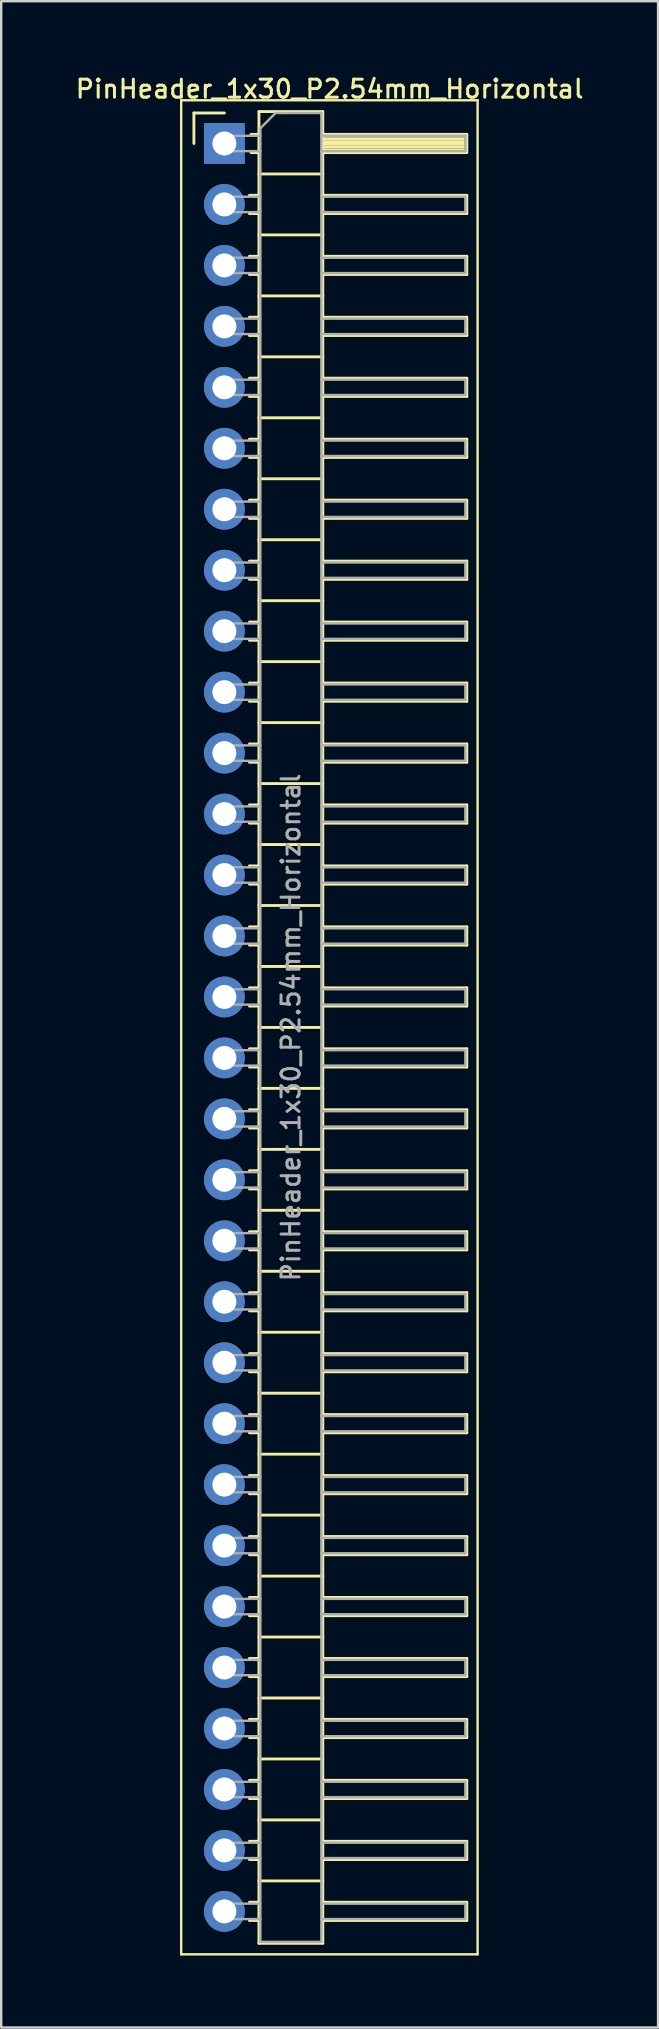
<source format=kicad_pcb>
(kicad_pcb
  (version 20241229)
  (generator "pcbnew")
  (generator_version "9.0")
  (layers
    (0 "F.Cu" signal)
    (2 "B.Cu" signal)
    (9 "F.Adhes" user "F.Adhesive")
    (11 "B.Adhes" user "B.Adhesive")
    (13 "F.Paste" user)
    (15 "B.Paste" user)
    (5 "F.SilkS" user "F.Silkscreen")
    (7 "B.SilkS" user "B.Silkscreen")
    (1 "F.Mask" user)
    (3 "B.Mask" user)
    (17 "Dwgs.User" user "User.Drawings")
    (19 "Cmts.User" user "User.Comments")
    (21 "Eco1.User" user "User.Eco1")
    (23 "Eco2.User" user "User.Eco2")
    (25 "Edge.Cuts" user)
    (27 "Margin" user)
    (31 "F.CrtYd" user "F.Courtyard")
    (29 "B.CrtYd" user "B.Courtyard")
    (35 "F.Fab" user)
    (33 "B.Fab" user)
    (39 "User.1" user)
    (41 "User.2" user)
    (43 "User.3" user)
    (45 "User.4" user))
  (footprint "PinHeader_1x30_P2.54mm_Horizontal"
    (layer "F.Cu")
    (at 6.299 2.928)
    (property "Reference" "PinHeader_1x30_P2.54mm_Horizontal" (at 4.385 -2.27 0) (layer "F.SilkS") (effects (font (size 0.75 0.75) (thickness 0.125))))
    (attr through_hole)
    (fp_line (start -1.8 -1.8) (end -1.8 75.45) (stroke (width 0.1) (type solid)) (layer "F.SilkS"))
    (fp_line (start -1.8 75.45) (end 10.55 75.45) (stroke (width 0.1) (type solid)) (layer "F.SilkS"))
    (fp_line (start -1.27 -1.27) (end 0 -1.27) (stroke (width 0.12) (type solid)) (layer "F.SilkS"))
    (fp_line (start -1.27 0) (end -1.27 -1.27) (stroke (width 0.12) (type solid)) (layer "F.SilkS"))
    (fp_line (start 1.043 2.16) (end 1.44 2.16) (stroke (width 0.12) (type solid)) (layer "F.SilkS"))
    (fp_line (start 1.043 2.92) (end 1.44 2.92) (stroke (width 0.12) (type solid)) (layer "F.SilkS"))
    (fp_line (start 1.043 4.7) (end 1.44 4.7) (stroke (width 0.12) (type solid)) (layer "F.SilkS"))
    (fp_line (start 1.043 5.46) (end 1.44 5.46) (stroke (width 0.12) (type solid)) (layer "F.SilkS"))
    (fp_line (start 1.043 7.24) (end 1.44 7.24) (stroke (width 0.12) (type solid)) (layer "F.SilkS"))
    (fp_line (start 1.043 8) (end 1.44 8) (stroke (width 0.12) (type solid)) (layer "F.SilkS"))
    (fp_line (start 1.043 9.78) (end 1.44 9.78) (stroke (width 0.12) (type solid)) (layer "F.SilkS"))
    (fp_line (start 1.043 10.54) (end 1.44 10.54) (stroke (width 0.12) (type solid)) (layer "F.SilkS"))
    (fp_line (start 1.043 12.32) (end 1.44 12.32) (stroke (width 0.12) (type solid)) (layer "F.SilkS"))
    (fp_line (start 1.043 13.08) (end 1.44 13.08) (stroke (width 0.12) (type solid)) (layer "F.SilkS"))
    (fp_line (start 1.043 14.86) (end 1.44 14.86) (stroke (width 0.12) (type solid)) (layer "F.SilkS"))
    (fp_line (start 1.043 15.62) (end 1.44 15.62) (stroke (width 0.12) (type solid)) (layer "F.SilkS"))
    (fp_line (start 1.043 17.4) (end 1.44 17.4) (stroke (width 0.12) (type solid)) (layer "F.SilkS"))
    (fp_line (start 1.043 18.16) (end 1.44 18.16) (stroke (width 0.12) (type solid)) (layer "F.SilkS"))
    (fp_line (start 1.043 19.94) (end 1.44 19.94) (stroke (width 0.12) (type solid)) (layer "F.SilkS"))
    (fp_line (start 1.043 20.7) (end 1.44 20.7) (stroke (width 0.12) (type solid)) (layer "F.SilkS"))
    (fp_line (start 1.043 22.48) (end 1.44 22.48) (stroke (width 0.12) (type solid)) (layer "F.SilkS"))
    (fp_line (start 1.043 23.24) (end 1.44 23.24) (stroke (width 0.12) (type solid)) (layer "F.SilkS"))
    (fp_line (start 1.043 25.02) (end 1.44 25.02) (stroke (width 0.12) (type solid)) (layer "F.SilkS"))
    (fp_line (start 1.043 25.78) (end 1.44 25.78) (stroke (width 0.12) (type solid)) (layer "F.SilkS"))
    (fp_line (start 1.043 27.56) (end 1.44 27.56) (stroke (width 0.12) (type solid)) (layer "F.SilkS"))
    (fp_line (start 1.043 28.32) (end 1.44 28.32) (stroke (width 0.12) (type solid)) (layer "F.SilkS"))
    (fp_line (start 1.043 30.1) (end 1.44 30.1) (stroke (width 0.12) (type solid)) (layer "F.SilkS"))
    (fp_line (start 1.043 30.86) (end 1.44 30.86) (stroke (width 0.12) (type solid)) (layer "F.SilkS"))
    (fp_line (start 1.043 32.64) (end 1.44 32.64) (stroke (width 0.12) (type solid)) (layer "F.SilkS"))
    (fp_line (start 1.043 33.4) (end 1.44 33.4) (stroke (width 0.12) (type solid)) (layer "F.SilkS"))
    (fp_line (start 1.043 35.18) (end 1.44 35.18) (stroke (width 0.12) (type solid)) (layer "F.SilkS"))
    (fp_line (start 1.043 35.94) (end 1.44 35.94) (stroke (width 0.12) (type solid)) (layer "F.SilkS"))
    (fp_line (start 1.043 37.72) (end 1.44 37.72) (stroke (width 0.12) (type solid)) (layer "F.SilkS"))
    (fp_line (start 1.043 38.48) (end 1.44 38.48) (stroke (width 0.12) (type solid)) (layer "F.SilkS"))
    (fp_line (start 1.043 40.26) (end 1.44 40.26) (stroke (width 0.12) (type solid)) (layer "F.SilkS"))
    (fp_line (start 1.043 41.02) (end 1.44 41.02) (stroke (width 0.12) (type solid)) (layer "F.SilkS"))
    (fp_line (start 1.043 42.8) (end 1.44 42.8) (stroke (width 0.12) (type solid)) (layer "F.SilkS"))
    (fp_line (start 1.043 43.56) (end 1.44 43.56) (stroke (width 0.12) (type solid)) (layer "F.SilkS"))
    (fp_line (start 1.043 45.34) (end 1.44 45.34) (stroke (width 0.12) (type solid)) (layer "F.SilkS"))
    (fp_line (start 1.043 46.1) (end 1.44 46.1) (stroke (width 0.12) (type solid)) (layer "F.SilkS"))
    (fp_line (start 1.043 47.88) (end 1.44 47.88) (stroke (width 0.12) (type solid)) (layer "F.SilkS"))
    (fp_line (start 1.043 48.64) (end 1.44 48.64) (stroke (width 0.12) (type solid)) (layer "F.SilkS"))
    (fp_line (start 1.043 50.42) (end 1.44 50.42) (stroke (width 0.12) (type solid)) (layer "F.SilkS"))
    (fp_line (start 1.043 51.18) (end 1.44 51.18) (stroke (width 0.12) (type solid)) (layer "F.SilkS"))
    (fp_line (start 1.043 52.96) (end 1.44 52.96) (stroke (width 0.12) (type solid)) (layer "F.SilkS"))
    (fp_line (start 1.043 53.72) (end 1.44 53.72) (stroke (width 0.12) (type solid)) (layer "F.SilkS"))
    (fp_line (start 1.043 55.5) (end 1.44 55.5) (stroke (width 0.12) (type solid)) (layer "F.SilkS"))
    (fp_line (start 1.043 56.26) (end 1.44 56.26) (stroke (width 0.12) (type solid)) (layer "F.SilkS"))
    (fp_line (start 1.043 58.04) (end 1.44 58.04) (stroke (width 0.12) (type solid)) (layer "F.SilkS"))
    (fp_line (start 1.043 58.8) (end 1.44 58.8) (stroke (width 0.12) (type solid)) (layer "F.SilkS"))
    (fp_line (start 1.043 60.58) (end 1.44 60.58) (stroke (width 0.12) (type solid)) (layer "F.SilkS"))
    (fp_line (start 1.043 61.34) (end 1.44 61.34) (stroke (width 0.12) (type solid)) (layer "F.SilkS"))
    (fp_line (start 1.043 63.12) (end 1.44 63.12) (stroke (width 0.12) (type solid)) (layer "F.SilkS"))
    (fp_line (start 1.043 63.88) (end 1.44 63.88) (stroke (width 0.12) (type solid)) (layer "F.SilkS"))
    (fp_line (start 1.043 65.66) (end 1.44 65.66) (stroke (width 0.12) (type solid)) (layer "F.SilkS"))
    (fp_line (start 1.043 66.42) (end 1.44 66.42) (stroke (width 0.12) (type solid)) (layer "F.SilkS"))
    (fp_line (start 1.043 68.2) (end 1.44 68.2) (stroke (width 0.12) (type solid)) (layer "F.SilkS"))
    (fp_line (start 1.043 68.96) (end 1.44 68.96) (stroke (width 0.12) (type solid)) (layer "F.SilkS"))
    (fp_line (start 1.043 70.74) (end 1.44 70.74) (stroke (width 0.12) (type solid)) (layer "F.SilkS"))
    (fp_line (start 1.043 71.5) (end 1.44 71.5) (stroke (width 0.12) (type solid)) (layer "F.SilkS"))
    (fp_line (start 1.043 73.28) (end 1.44 73.28) (stroke (width 0.12) (type solid)) (layer "F.SilkS"))
    (fp_line (start 1.043 74.04) (end 1.44 74.04) (stroke (width 0.12) (type solid)) (layer "F.SilkS"))
    (fp_line (start 1.11 -0.38) (end 1.44 -0.38) (stroke (width 0.12) (type solid)) (layer "F.SilkS"))
    (fp_line (start 1.11 0.38) (end 1.44 0.38) (stroke (width 0.12) (type solid)) (layer "F.SilkS"))
    (fp_line (start 1.44 -1.33) (end 1.44 74.99) (stroke (width 0.12) (type solid)) (layer "F.SilkS"))
    (fp_line (start 1.44 1.27) (end 4.1 1.27) (stroke (width 0.12) (type solid)) (layer "F.SilkS"))
    (fp_line (start 1.44 3.81) (end 4.1 3.81) (stroke (width 0.12) (type solid)) (layer "F.SilkS"))
    (fp_line (start 1.44 6.35) (end 4.1 6.35) (stroke (width 0.12) (type solid)) (layer "F.SilkS"))
    (fp_line (start 1.44 8.89) (end 4.1 8.89) (stroke (width 0.12) (type solid)) (layer "F.SilkS"))
    (fp_line (start 1.44 11.43) (end 4.1 11.43) (stroke (width 0.12) (type solid)) (layer "F.SilkS"))
    (fp_line (start 1.44 13.97) (end 4.1 13.97) (stroke (width 0.12) (type solid)) (layer "F.SilkS"))
    (fp_line (start 1.44 16.51) (end 4.1 16.51) (stroke (width 0.12) (type solid)) (layer "F.SilkS"))
    (fp_line (start 1.44 19.05) (end 4.1 19.05) (stroke (width 0.12) (type solid)) (layer "F.SilkS"))
    (fp_line (start 1.44 21.59) (end 4.1 21.59) (stroke (width 0.12) (type solid)) (layer "F.SilkS"))
    (fp_line (start 1.44 24.13) (end 4.1 24.13) (stroke (width 0.12) (type solid)) (layer "F.SilkS"))
    (fp_line (start 1.44 26.67) (end 4.1 26.67) (stroke (width 0.12) (type solid)) (layer "F.SilkS"))
    (fp_line (start 1.44 29.21) (end 4.1 29.21) (stroke (width 0.12) (type solid)) (layer "F.SilkS"))
    (fp_line (start 1.44 31.75) (end 4.1 31.75) (stroke (width 0.12) (type solid)) (layer "F.SilkS"))
    (fp_line (start 1.44 34.29) (end 4.1 34.29) (stroke (width 0.12) (type solid)) (layer "F.SilkS"))
    (fp_line (start 1.44 36.83) (end 4.1 36.83) (stroke (width 0.12) (type solid)) (layer "F.SilkS"))
    (fp_line (start 1.44 39.37) (end 4.1 39.37) (stroke (width 0.12) (type solid)) (layer "F.SilkS"))
    (fp_line (start 1.44 41.91) (end 4.1 41.91) (stroke (width 0.12) (type solid)) (layer "F.SilkS"))
    (fp_line (start 1.44 44.45) (end 4.1 44.45) (stroke (width 0.12) (type solid)) (layer "F.SilkS"))
    (fp_line (start 1.44 46.99) (end 4.1 46.99) (stroke (width 0.12) (type solid)) (layer "F.SilkS"))
    (fp_line (start 1.44 49.53) (end 4.1 49.53) (stroke (width 0.12) (type solid)) (layer "F.SilkS"))
    (fp_line (start 1.44 52.07) (end 4.1 52.07) (stroke (width 0.12) (type solid)) (layer "F.SilkS"))
    (fp_line (start 1.44 54.61) (end 4.1 54.61) (stroke (width 0.12) (type solid)) (layer "F.SilkS"))
    (fp_line (start 1.44 57.15) (end 4.1 57.15) (stroke (width 0.12) (type solid)) (layer "F.SilkS"))
    (fp_line (start 1.44 59.69) (end 4.1 59.69) (stroke (width 0.12) (type solid)) (layer "F.SilkS"))
    (fp_line (start 1.44 62.23) (end 4.1 62.23) (stroke (width 0.12) (type solid)) (layer "F.SilkS"))
    (fp_line (start 1.44 64.77) (end 4.1 64.77) (stroke (width 0.12) (type solid)) (layer "F.SilkS"))
    (fp_line (start 1.44 67.31) (end 4.1 67.31) (stroke (width 0.12) (type solid)) (layer "F.SilkS"))
    (fp_line (start 1.44 69.85) (end 4.1 69.85) (stroke (width 0.12) (type solid)) (layer "F.SilkS"))
    (fp_line (start 1.44 72.39) (end 4.1 72.39) (stroke (width 0.12) (type solid)) (layer "F.SilkS"))
    (fp_line (start 1.44 74.99) (end 4.1 74.99) (stroke (width 0.12) (type solid)) (layer "F.SilkS"))
    (fp_line (start 4.1 -1.33) (end 1.44 -1.33) (stroke (width 0.12) (type solid)) (layer "F.SilkS"))
    (fp_line (start 4.1 -0.38) (end 10.1 -0.38) (stroke (width 0.12) (type solid)) (layer "F.SilkS"))
    (fp_line (start 4.1 -0.32) (end 10.1 -0.32) (stroke (width 0.12) (type solid)) (layer "F.SilkS"))
    (fp_line (start 4.1 -0.2) (end 10.1 -0.2) (stroke (width 0.12) (type solid)) (layer "F.SilkS"))
    (fp_line (start 4.1 -0.08) (end 10.1 -0.08) (stroke (width 0.12) (type solid)) (layer "F.SilkS"))
    (fp_line (start 4.1 0.04) (end 10.1 0.04) (stroke (width 0.12) (type solid)) (layer "F.SilkS"))
    (fp_line (start 4.1 0.16) (end 10.1 0.16) (stroke (width 0.12) (type solid)) (layer "F.SilkS"))
    (fp_line (start 4.1 0.28) (end 10.1 0.28) (stroke (width 0.12) (type solid)) (layer "F.SilkS"))
    (fp_line (start 4.1 2.16) (end 10.1 2.16) (stroke (width 0.12) (type solid)) (layer "F.SilkS"))
    (fp_line (start 4.1 4.7) (end 10.1 4.7) (stroke (width 0.12) (type solid)) (layer "F.SilkS"))
    (fp_line (start 4.1 7.24) (end 10.1 7.24) (stroke (width 0.12) (type solid)) (layer "F.SilkS"))
    (fp_line (start 4.1 9.78) (end 10.1 9.78) (stroke (width 0.12) (type solid)) (layer "F.SilkS"))
    (fp_line (start 4.1 12.32) (end 10.1 12.32) (stroke (width 0.12) (type solid)) (layer "F.SilkS"))
    (fp_line (start 4.1 14.86) (end 10.1 14.86) (stroke (width 0.12) (type solid)) (layer "F.SilkS"))
    (fp_line (start 4.1 17.4) (end 10.1 17.4) (stroke (width 0.12) (type solid)) (layer "F.SilkS"))
    (fp_line (start 4.1 19.94) (end 10.1 19.94) (stroke (width 0.12) (type solid)) (layer "F.SilkS"))
    (fp_line (start 4.1 22.48) (end 10.1 22.48) (stroke (width 0.12) (type solid)) (layer "F.SilkS"))
    (fp_line (start 4.1 25.02) (end 10.1 25.02) (stroke (width 0.12) (type solid)) (layer "F.SilkS"))
    (fp_line (start 4.1 27.56) (end 10.1 27.56) (stroke (width 0.12) (type solid)) (layer "F.SilkS"))
    (fp_line (start 4.1 30.1) (end 10.1 30.1) (stroke (width 0.12) (type solid)) (layer "F.SilkS"))
    (fp_line (start 4.1 32.64) (end 10.1 32.64) (stroke (width 0.12) (type solid)) (layer "F.SilkS"))
    (fp_line (start 4.1 35.18) (end 10.1 35.18) (stroke (width 0.12) (type solid)) (layer "F.SilkS"))
    (fp_line (start 4.1 37.72) (end 10.1 37.72) (stroke (width 0.12) (type solid)) (layer "F.SilkS"))
    (fp_line (start 4.1 40.26) (end 10.1 40.26) (stroke (width 0.12) (type solid)) (layer "F.SilkS"))
    (fp_line (start 4.1 42.8) (end 10.1 42.8) (stroke (width 0.12) (type solid)) (layer "F.SilkS"))
    (fp_line (start 4.1 45.34) (end 10.1 45.34) (stroke (width 0.12) (type solid)) (layer "F.SilkS"))
    (fp_line (start 4.1 47.88) (end 10.1 47.88) (stroke (width 0.12) (type solid)) (layer "F.SilkS"))
    (fp_line (start 4.1 50.42) (end 10.1 50.42) (stroke (width 0.12) (type solid)) (layer "F.SilkS"))
    (fp_line (start 4.1 52.96) (end 10.1 52.96) (stroke (width 0.12) (type solid)) (layer "F.SilkS"))
    (fp_line (start 4.1 55.5) (end 10.1 55.5) (stroke (width 0.12) (type solid)) (layer "F.SilkS"))
    (fp_line (start 4.1 58.04) (end 10.1 58.04) (stroke (width 0.12) (type solid)) (layer "F.SilkS"))
    (fp_line (start 4.1 60.58) (end 10.1 60.58) (stroke (width 0.12) (type solid)) (layer "F.SilkS"))
    (fp_line (start 4.1 63.12) (end 10.1 63.12) (stroke (width 0.12) (type solid)) (layer "F.SilkS"))
    (fp_line (start 4.1 65.66) (end 10.1 65.66) (stroke (width 0.12) (type solid)) (layer "F.SilkS"))
    (fp_line (start 4.1 68.2) (end 10.1 68.2) (stroke (width 0.12) (type solid)) (layer "F.SilkS"))
    (fp_line (start 4.1 70.74) (end 10.1 70.74) (stroke (width 0.12) (type solid)) (layer "F.SilkS"))
    (fp_line (start 4.1 73.28) (end 10.1 73.28) (stroke (width 0.12) (type solid)) (layer "F.SilkS"))
    (fp_line (start 4.1 74.99) (end 4.1 -1.33) (stroke (width 0.12) (type solid)) (layer "F.SilkS"))
    (fp_line (start 10.1 -0.38) (end 10.1 0.38) (stroke (width 0.12) (type solid)) (layer "F.SilkS"))
    (fp_line (start 10.1 0.38) (end 4.1 0.38) (stroke (width 0.12) (type solid)) (layer "F.SilkS"))
    (fp_line (start 10.1 2.16) (end 10.1 2.92) (stroke (width 0.12) (type solid)) (layer "F.SilkS"))
    (fp_line (start 10.1 2.92) (end 4.1 2.92) (stroke (width 0.12) (type solid)) (layer "F.SilkS"))
    (fp_line (start 10.1 4.7) (end 10.1 5.46) (stroke (width 0.12) (type solid)) (layer "F.SilkS"))
    (fp_line (start 10.1 5.46) (end 4.1 5.46) (stroke (width 0.12) (type solid)) (layer "F.SilkS"))
    (fp_line (start 10.1 7.24) (end 10.1 8) (stroke (width 0.12) (type solid)) (layer "F.SilkS"))
    (fp_line (start 10.1 8) (end 4.1 8) (stroke (width 0.12) (type solid)) (layer "F.SilkS"))
    (fp_line (start 10.1 9.78) (end 10.1 10.54) (stroke (width 0.12) (type solid)) (layer "F.SilkS"))
    (fp_line (start 10.1 10.54) (end 4.1 10.54) (stroke (width 0.12) (type solid)) (layer "F.SilkS"))
    (fp_line (start 10.1 12.32) (end 10.1 13.08) (stroke (width 0.12) (type solid)) (layer "F.SilkS"))
    (fp_line (start 10.1 13.08) (end 4.1 13.08) (stroke (width 0.12) (type solid)) (layer "F.SilkS"))
    (fp_line (start 10.1 14.86) (end 10.1 15.62) (stroke (width 0.12) (type solid)) (layer "F.SilkS"))
    (fp_line (start 10.1 15.62) (end 4.1 15.62) (stroke (width 0.12) (type solid)) (layer "F.SilkS"))
    (fp_line (start 10.1 17.4) (end 10.1 18.16) (stroke (width 0.12) (type solid)) (layer "F.SilkS"))
    (fp_line (start 10.1 18.16) (end 4.1 18.16) (stroke (width 0.12) (type solid)) (layer "F.SilkS"))
    (fp_line (start 10.1 19.94) (end 10.1 20.7) (stroke (width 0.12) (type solid)) (layer "F.SilkS"))
    (fp_line (start 10.1 20.7) (end 4.1 20.7) (stroke (width 0.12) (type solid)) (layer "F.SilkS"))
    (fp_line (start 10.1 22.48) (end 10.1 23.24) (stroke (width 0.12) (type solid)) (layer "F.SilkS"))
    (fp_line (start 10.1 23.24) (end 4.1 23.24) (stroke (width 0.12) (type solid)) (layer "F.SilkS"))
    (fp_line (start 10.1 25.02) (end 10.1 25.78) (stroke (width 0.12) (type solid)) (layer "F.SilkS"))
    (fp_line (start 10.1 25.78) (end 4.1 25.78) (stroke (width 0.12) (type solid)) (layer "F.SilkS"))
    (fp_line (start 10.1 27.56) (end 10.1 28.32) (stroke (width 0.12) (type solid)) (layer "F.SilkS"))
    (fp_line (start 10.1 28.32) (end 4.1 28.32) (stroke (width 0.12) (type solid)) (layer "F.SilkS"))
    (fp_line (start 10.1 30.1) (end 10.1 30.86) (stroke (width 0.12) (type solid)) (layer "F.SilkS"))
    (fp_line (start 10.1 30.86) (end 4.1 30.86) (stroke (width 0.12) (type solid)) (layer "F.SilkS"))
    (fp_line (start 10.1 32.64) (end 10.1 33.4) (stroke (width 0.12) (type solid)) (layer "F.SilkS"))
    (fp_line (start 10.1 33.4) (end 4.1 33.4) (stroke (width 0.12) (type solid)) (layer "F.SilkS"))
    (fp_line (start 10.1 35.18) (end 10.1 35.94) (stroke (width 0.12) (type solid)) (layer "F.SilkS"))
    (fp_line (start 10.1 35.94) (end 4.1 35.94) (stroke (width 0.12) (type solid)) (layer "F.SilkS"))
    (fp_line (start 10.1 37.72) (end 10.1 38.48) (stroke (width 0.12) (type solid)) (layer "F.SilkS"))
    (fp_line (start 10.1 38.48) (end 4.1 38.48) (stroke (width 0.12) (type solid)) (layer "F.SilkS"))
    (fp_line (start 10.1 40.26) (end 10.1 41.02) (stroke (width 0.12) (type solid)) (layer "F.SilkS"))
    (fp_line (start 10.1 41.02) (end 4.1 41.02) (stroke (width 0.12) (type solid)) (layer "F.SilkS"))
    (fp_line (start 10.1 42.8) (end 10.1 43.56) (stroke (width 0.12) (type solid)) (layer "F.SilkS"))
    (fp_line (start 10.1 43.56) (end 4.1 43.56) (stroke (width 0.12) (type solid)) (layer "F.SilkS"))
    (fp_line (start 10.1 45.34) (end 10.1 46.1) (stroke (width 0.12) (type solid)) (layer "F.SilkS"))
    (fp_line (start 10.1 46.1) (end 4.1 46.1) (stroke (width 0.12) (type solid)) (layer "F.SilkS"))
    (fp_line (start 10.1 47.88) (end 10.1 48.64) (stroke (width 0.12) (type solid)) (layer "F.SilkS"))
    (fp_line (start 10.1 48.64) (end 4.1 48.64) (stroke (width 0.12) (type solid)) (layer "F.SilkS"))
    (fp_line (start 10.1 50.42) (end 10.1 51.18) (stroke (width 0.12) (type solid)) (layer "F.SilkS"))
    (fp_line (start 10.1 51.18) (end 4.1 51.18) (stroke (width 0.12) (type solid)) (layer "F.SilkS"))
    (fp_line (start 10.1 52.96) (end 10.1 53.72) (stroke (width 0.12) (type solid)) (layer "F.SilkS"))
    (fp_line (start 10.1 53.72) (end 4.1 53.72) (stroke (width 0.12) (type solid)) (layer "F.SilkS"))
    (fp_line (start 10.1 55.5) (end 10.1 56.26) (stroke (width 0.12) (type solid)) (layer "F.SilkS"))
    (fp_line (start 10.1 56.26) (end 4.1 56.26) (stroke (width 0.12) (type solid)) (layer "F.SilkS"))
    (fp_line (start 10.1 58.04) (end 10.1 58.8) (stroke (width 0.12) (type solid)) (layer "F.SilkS"))
    (fp_line (start 10.1 58.8) (end 4.1 58.8) (stroke (width 0.12) (type solid)) (layer "F.SilkS"))
    (fp_line (start 10.1 60.58) (end 10.1 61.34) (stroke (width 0.12) (type solid)) (layer "F.SilkS"))
    (fp_line (start 10.1 61.34) (end 4.1 61.34) (stroke (width 0.12) (type solid)) (layer "F.SilkS"))
    (fp_line (start 10.1 63.12) (end 10.1 63.88) (stroke (width 0.12) (type solid)) (layer "F.SilkS"))
    (fp_line (start 10.1 63.88) (end 4.1 63.88) (stroke (width 0.12) (type solid)) (layer "F.SilkS"))
    (fp_line (start 10.1 65.66) (end 10.1 66.42) (stroke (width 0.12) (type solid)) (layer "F.SilkS"))
    (fp_line (start 10.1 66.42) (end 4.1 66.42) (stroke (width 0.12) (type solid)) (layer "F.SilkS"))
    (fp_line (start 10.1 68.2) (end 10.1 68.96) (stroke (width 0.12) (type solid)) (layer "F.SilkS"))
    (fp_line (start 10.1 68.96) (end 4.1 68.96) (stroke (width 0.12) (type solid)) (layer "F.SilkS"))
    (fp_line (start 10.1 70.74) (end 10.1 71.5) (stroke (width 0.12) (type solid)) (layer "F.SilkS"))
    (fp_line (start 10.1 71.5) (end 4.1 71.5) (stroke (width 0.12) (type solid)) (layer "F.SilkS"))
    (fp_line (start 10.1 73.28) (end 10.1 74.04) (stroke (width 0.12) (type solid)) (layer "F.SilkS"))
    (fp_line (start 10.1 74.04) (end 4.1 74.04) (stroke (width 0.12) (type solid)) (layer "F.SilkS"))
    (fp_line (start 10.55 -1.8) (end -1.8 -1.8) (stroke (width 0.1) (type solid)) (layer "F.SilkS"))
    (fp_line (start 10.55 75.45) (end 10.55 -1.8) (stroke (width 0.1) (type solid)) (layer "F.SilkS"))
    (fp_line (start -0.32 -0.32) (end -0.32 0.32) (stroke (width 0.1) (type solid)) (layer "F.Fab"))
    (fp_line (start -0.32 -0.32) (end 1.5 -0.32) (stroke (width 0.1) (type solid)) (layer "F.Fab"))
    (fp_line (start -0.32 0.32) (end 1.5 0.32) (stroke (width 0.1) (type solid)) (layer "F.Fab"))
    (fp_line (start -0.32 2.22) (end -0.32 2.86) (stroke (width 0.1) (type solid)) (layer "F.Fab"))
    (fp_line (start -0.32 2.22) (end 1.5 2.22) (stroke (width 0.1) (type solid)) (layer "F.Fab"))
    (fp_line (start -0.32 2.86) (end 1.5 2.86) (stroke (width 0.1) (type solid)) (layer "F.Fab"))
    (fp_line (start -0.32 4.76) (end -0.32 5.4) (stroke (width 0.1) (type solid)) (layer "F.Fab"))
    (fp_line (start -0.32 4.76) (end 1.5 4.76) (stroke (width 0.1) (type solid)) (layer "F.Fab"))
    (fp_line (start -0.32 5.4) (end 1.5 5.4) (stroke (width 0.1) (type solid)) (layer "F.Fab"))
    (fp_line (start -0.32 7.3) (end -0.32 7.94) (stroke (width 0.1) (type solid)) (layer "F.Fab"))
    (fp_line (start -0.32 7.3) (end 1.5 7.3) (stroke (width 0.1) (type solid)) (layer "F.Fab"))
    (fp_line (start -0.32 7.94) (end 1.5 7.94) (stroke (width 0.1) (type solid)) (layer "F.Fab"))
    (fp_line (start -0.32 9.84) (end -0.32 10.48) (stroke (width 0.1) (type solid)) (layer "F.Fab"))
    (fp_line (start -0.32 9.84) (end 1.5 9.84) (stroke (width 0.1) (type solid)) (layer "F.Fab"))
    (fp_line (start -0.32 10.48) (end 1.5 10.48) (stroke (width 0.1) (type solid)) (layer "F.Fab"))
    (fp_line (start -0.32 12.38) (end -0.32 13.02) (stroke (width 0.1) (type solid)) (layer "F.Fab"))
    (fp_line (start -0.32 12.38) (end 1.5 12.38) (stroke (width 0.1) (type solid)) (layer "F.Fab"))
    (fp_line (start -0.32 13.02) (end 1.5 13.02) (stroke (width 0.1) (type solid)) (layer "F.Fab"))
    (fp_line (start -0.32 14.92) (end -0.32 15.56) (stroke (width 0.1) (type solid)) (layer "F.Fab"))
    (fp_line (start -0.32 14.92) (end 1.5 14.92) (stroke (width 0.1) (type solid)) (layer "F.Fab"))
    (fp_line (start -0.32 15.56) (end 1.5 15.56) (stroke (width 0.1) (type solid)) (layer "F.Fab"))
    (fp_line (start -0.32 17.46) (end -0.32 18.1) (stroke (width 0.1) (type solid)) (layer "F.Fab"))
    (fp_line (start -0.32 17.46) (end 1.5 17.46) (stroke (width 0.1) (type solid)) (layer "F.Fab"))
    (fp_line (start -0.32 18.1) (end 1.5 18.1) (stroke (width 0.1) (type solid)) (layer "F.Fab"))
    (fp_line (start -0.32 20) (end -0.32 20.64) (stroke (width 0.1) (type solid)) (layer "F.Fab"))
    (fp_line (start -0.32 20) (end 1.5 20) (stroke (width 0.1) (type solid)) (layer "F.Fab"))
    (fp_line (start -0.32 20.64) (end 1.5 20.64) (stroke (width 0.1) (type solid)) (layer "F.Fab"))
    (fp_line (start -0.32 22.54) (end -0.32 23.18) (stroke (width 0.1) (type solid)) (layer "F.Fab"))
    (fp_line (start -0.32 22.54) (end 1.5 22.54) (stroke (width 0.1) (type solid)) (layer "F.Fab"))
    (fp_line (start -0.32 23.18) (end 1.5 23.18) (stroke (width 0.1) (type solid)) (layer "F.Fab"))
    (fp_line (start -0.32 25.08) (end -0.32 25.72) (stroke (width 0.1) (type solid)) (layer "F.Fab"))
    (fp_line (start -0.32 25.08) (end 1.5 25.08) (stroke (width 0.1) (type solid)) (layer "F.Fab"))
    (fp_line (start -0.32 25.72) (end 1.5 25.72) (stroke (width 0.1) (type solid)) (layer "F.Fab"))
    (fp_line (start -0.32 27.62) (end -0.32 28.26) (stroke (width 0.1) (type solid)) (layer "F.Fab"))
    (fp_line (start -0.32 27.62) (end 1.5 27.62) (stroke (width 0.1) (type solid)) (layer "F.Fab"))
    (fp_line (start -0.32 28.26) (end 1.5 28.26) (stroke (width 0.1) (type solid)) (layer "F.Fab"))
    (fp_line (start -0.32 30.16) (end -0.32 30.8) (stroke (width 0.1) (type solid)) (layer "F.Fab"))
    (fp_line (start -0.32 30.16) (end 1.5 30.16) (stroke (width 0.1) (type solid)) (layer "F.Fab"))
    (fp_line (start -0.32 30.8) (end 1.5 30.8) (stroke (width 0.1) (type solid)) (layer "F.Fab"))
    (fp_line (start -0.32 32.7) (end -0.32 33.34) (stroke (width 0.1) (type solid)) (layer "F.Fab"))
    (fp_line (start -0.32 32.7) (end 1.5 32.7) (stroke (width 0.1) (type solid)) (layer "F.Fab"))
    (fp_line (start -0.32 33.34) (end 1.5 33.34) (stroke (width 0.1) (type solid)) (layer "F.Fab"))
    (fp_line (start -0.32 35.24) (end -0.32 35.88) (stroke (width 0.1) (type solid)) (layer "F.Fab"))
    (fp_line (start -0.32 35.24) (end 1.5 35.24) (stroke (width 0.1) (type solid)) (layer "F.Fab"))
    (fp_line (start -0.32 35.88) (end 1.5 35.88) (stroke (width 0.1) (type solid)) (layer "F.Fab"))
    (fp_line (start -0.32 37.78) (end -0.32 38.42) (stroke (width 0.1) (type solid)) (layer "F.Fab"))
    (fp_line (start -0.32 37.78) (end 1.5 37.78) (stroke (width 0.1) (type solid)) (layer "F.Fab"))
    (fp_line (start -0.32 38.42) (end 1.5 38.42) (stroke (width 0.1) (type solid)) (layer "F.Fab"))
    (fp_line (start -0.32 40.32) (end -0.32 40.96) (stroke (width 0.1) (type solid)) (layer "F.Fab"))
    (fp_line (start -0.32 40.32) (end 1.5 40.32) (stroke (width 0.1) (type solid)) (layer "F.Fab"))
    (fp_line (start -0.32 40.96) (end 1.5 40.96) (stroke (width 0.1) (type solid)) (layer "F.Fab"))
    (fp_line (start -0.32 42.86) (end -0.32 43.5) (stroke (width 0.1) (type solid)) (layer "F.Fab"))
    (fp_line (start -0.32 42.86) (end 1.5 42.86) (stroke (width 0.1) (type solid)) (layer "F.Fab"))
    (fp_line (start -0.32 43.5) (end 1.5 43.5) (stroke (width 0.1) (type solid)) (layer "F.Fab"))
    (fp_line (start -0.32 45.4) (end -0.32 46.04) (stroke (width 0.1) (type solid)) (layer "F.Fab"))
    (fp_line (start -0.32 45.4) (end 1.5 45.4) (stroke (width 0.1) (type solid)) (layer "F.Fab"))
    (fp_line (start -0.32 46.04) (end 1.5 46.04) (stroke (width 0.1) (type solid)) (layer "F.Fab"))
    (fp_line (start -0.32 47.94) (end -0.32 48.58) (stroke (width 0.1) (type solid)) (layer "F.Fab"))
    (fp_line (start -0.32 47.94) (end 1.5 47.94) (stroke (width 0.1) (type solid)) (layer "F.Fab"))
    (fp_line (start -0.32 48.58) (end 1.5 48.58) (stroke (width 0.1) (type solid)) (layer "F.Fab"))
    (fp_line (start -0.32 50.48) (end -0.32 51.12) (stroke (width 0.1) (type solid)) (layer "F.Fab"))
    (fp_line (start -0.32 50.48) (end 1.5 50.48) (stroke (width 0.1) (type solid)) (layer "F.Fab"))
    (fp_line (start -0.32 51.12) (end 1.5 51.12) (stroke (width 0.1) (type solid)) (layer "F.Fab"))
    (fp_line (start -0.32 53.02) (end -0.32 53.66) (stroke (width 0.1) (type solid)) (layer "F.Fab"))
    (fp_line (start -0.32 53.02) (end 1.5 53.02) (stroke (width 0.1) (type solid)) (layer "F.Fab"))
    (fp_line (start -0.32 53.66) (end 1.5 53.66) (stroke (width 0.1) (type solid)) (layer "F.Fab"))
    (fp_line (start -0.32 55.56) (end -0.32 56.2) (stroke (width 0.1) (type solid)) (layer "F.Fab"))
    (fp_line (start -0.32 55.56) (end 1.5 55.56) (stroke (width 0.1) (type solid)) (layer "F.Fab"))
    (fp_line (start -0.32 56.2) (end 1.5 56.2) (stroke (width 0.1) (type solid)) (layer "F.Fab"))
    (fp_line (start -0.32 58.1) (end -0.32 58.74) (stroke (width 0.1) (type solid)) (layer "F.Fab"))
    (fp_line (start -0.32 58.1) (end 1.5 58.1) (stroke (width 0.1) (type solid)) (layer "F.Fab"))
    (fp_line (start -0.32 58.74) (end 1.5 58.74) (stroke (width 0.1) (type solid)) (layer "F.Fab"))
    (fp_line (start -0.32 60.64) (end -0.32 61.28) (stroke (width 0.1) (type solid)) (layer "F.Fab"))
    (fp_line (start -0.32 60.64) (end 1.5 60.64) (stroke (width 0.1) (type solid)) (layer "F.Fab"))
    (fp_line (start -0.32 61.28) (end 1.5 61.28) (stroke (width 0.1) (type solid)) (layer "F.Fab"))
    (fp_line (start -0.32 63.18) (end -0.32 63.82) (stroke (width 0.1) (type solid)) (layer "F.Fab"))
    (fp_line (start -0.32 63.18) (end 1.5 63.18) (stroke (width 0.1) (type solid)) (layer "F.Fab"))
    (fp_line (start -0.32 63.82) (end 1.5 63.82) (stroke (width 0.1) (type solid)) (layer "F.Fab"))
    (fp_line (start -0.32 65.72) (end -0.32 66.36) (stroke (width 0.1) (type solid)) (layer "F.Fab"))
    (fp_line (start -0.32 65.72) (end 1.5 65.72) (stroke (width 0.1) (type solid)) (layer "F.Fab"))
    (fp_line (start -0.32 66.36) (end 1.5 66.36) (stroke (width 0.1) (type solid)) (layer "F.Fab"))
    (fp_line (start -0.32 68.26) (end -0.32 68.9) (stroke (width 0.1) (type solid)) (layer "F.Fab"))
    (fp_line (start -0.32 68.26) (end 1.5 68.26) (stroke (width 0.1) (type solid)) (layer "F.Fab"))
    (fp_line (start -0.32 68.9) (end 1.5 68.9) (stroke (width 0.1) (type solid)) (layer "F.Fab"))
    (fp_line (start -0.32 70.8) (end -0.32 71.44) (stroke (width 0.1) (type solid)) (layer "F.Fab"))
    (fp_line (start -0.32 70.8) (end 1.5 70.8) (stroke (width 0.1) (type solid)) (layer "F.Fab"))
    (fp_line (start -0.32 71.44) (end 1.5 71.44) (stroke (width 0.1) (type solid)) (layer "F.Fab"))
    (fp_line (start -0.32 73.34) (end -0.32 73.98) (stroke (width 0.1) (type solid)) (layer "F.Fab"))
    (fp_line (start -0.32 73.34) (end 1.5 73.34) (stroke (width 0.1) (type solid)) (layer "F.Fab"))
    (fp_line (start -0.32 73.98) (end 1.5 73.98) (stroke (width 0.1) (type solid)) (layer "F.Fab"))
    (fp_line (start 1.5 -0.635) (end 2.135 -1.27) (stroke (width 0.1) (type solid)) (layer "F.Fab"))
    (fp_line (start 1.5 74.93) (end 1.5 -0.635) (stroke (width 0.1) (type solid)) (layer "F.Fab"))
    (fp_line (start 2.135 -1.27) (end 4.04 -1.27) (stroke (width 0.1) (type solid)) (layer "F.Fab"))
    (fp_line (start 4.04 -1.27) (end 4.04 74.93) (stroke (width 0.1) (type solid)) (layer "F.Fab"))
    (fp_line (start 4.04 -0.32) (end 10.04 -0.32) (stroke (width 0.1) (type solid)) (layer "F.Fab"))
    (fp_line (start 4.04 0.32) (end 10.04 0.32) (stroke (width 0.1) (type solid)) (layer "F.Fab"))
    (fp_line (start 4.04 2.22) (end 10.04 2.22) (stroke (width 0.1) (type solid)) (layer "F.Fab"))
    (fp_line (start 4.04 2.86) (end 10.04 2.86) (stroke (width 0.1) (type solid)) (layer "F.Fab"))
    (fp_line (start 4.04 4.76) (end 10.04 4.76) (stroke (width 0.1) (type solid)) (layer "F.Fab"))
    (fp_line (start 4.04 5.4) (end 10.04 5.4) (stroke (width 0.1) (type solid)) (layer "F.Fab"))
    (fp_line (start 4.04 7.3) (end 10.04 7.3) (stroke (width 0.1) (type solid)) (layer "F.Fab"))
    (fp_line (start 4.04 7.94) (end 10.04 7.94) (stroke (width 0.1) (type solid)) (layer "F.Fab"))
    (fp_line (start 4.04 9.84) (end 10.04 9.84) (stroke (width 0.1) (type solid)) (layer "F.Fab"))
    (fp_line (start 4.04 10.48) (end 10.04 10.48) (stroke (width 0.1) (type solid)) (layer "F.Fab"))
    (fp_line (start 4.04 12.38) (end 10.04 12.38) (stroke (width 0.1) (type solid)) (layer "F.Fab"))
    (fp_line (start 4.04 13.02) (end 10.04 13.02) (stroke (width 0.1) (type solid)) (layer "F.Fab"))
    (fp_line (start 4.04 14.92) (end 10.04 14.92) (stroke (width 0.1) (type solid)) (layer "F.Fab"))
    (fp_line (start 4.04 15.56) (end 10.04 15.56) (stroke (width 0.1) (type solid)) (layer "F.Fab"))
    (fp_line (start 4.04 17.46) (end 10.04 17.46) (stroke (width 0.1) (type solid)) (layer "F.Fab"))
    (fp_line (start 4.04 18.1) (end 10.04 18.1) (stroke (width 0.1) (type solid)) (layer "F.Fab"))
    (fp_line (start 4.04 20) (end 10.04 20) (stroke (width 0.1) (type solid)) (layer "F.Fab"))
    (fp_line (start 4.04 20.64) (end 10.04 20.64) (stroke (width 0.1) (type solid)) (layer "F.Fab"))
    (fp_line (start 4.04 22.54) (end 10.04 22.54) (stroke (width 0.1) (type solid)) (layer "F.Fab"))
    (fp_line (start 4.04 23.18) (end 10.04 23.18) (stroke (width 0.1) (type solid)) (layer "F.Fab"))
    (fp_line (start 4.04 25.08) (end 10.04 25.08) (stroke (width 0.1) (type solid)) (layer "F.Fab"))
    (fp_line (start 4.04 25.72) (end 10.04 25.72) (stroke (width 0.1) (type solid)) (layer "F.Fab"))
    (fp_line (start 4.04 27.62) (end 10.04 27.62) (stroke (width 0.1) (type solid)) (layer "F.Fab"))
    (fp_line (start 4.04 28.26) (end 10.04 28.26) (stroke (width 0.1) (type solid)) (layer "F.Fab"))
    (fp_line (start 4.04 30.16) (end 10.04 30.16) (stroke (width 0.1) (type solid)) (layer "F.Fab"))
    (fp_line (start 4.04 30.8) (end 10.04 30.8) (stroke (width 0.1) (type solid)) (layer "F.Fab"))
    (fp_line (start 4.04 32.7) (end 10.04 32.7) (stroke (width 0.1) (type solid)) (layer "F.Fab"))
    (fp_line (start 4.04 33.34) (end 10.04 33.34) (stroke (width 0.1) (type solid)) (layer "F.Fab"))
    (fp_line (start 4.04 35.24) (end 10.04 35.24) (stroke (width 0.1) (type solid)) (layer "F.Fab"))
    (fp_line (start 4.04 35.88) (end 10.04 35.88) (stroke (width 0.1) (type solid)) (layer "F.Fab"))
    (fp_line (start 4.04 37.78) (end 10.04 37.78) (stroke (width 0.1) (type solid)) (layer "F.Fab"))
    (fp_line (start 4.04 38.42) (end 10.04 38.42) (stroke (width 0.1) (type solid)) (layer "F.Fab"))
    (fp_line (start 4.04 40.32) (end 10.04 40.32) (stroke (width 0.1) (type solid)) (layer "F.Fab"))
    (fp_line (start 4.04 40.96) (end 10.04 40.96) (stroke (width 0.1) (type solid)) (layer "F.Fab"))
    (fp_line (start 4.04 42.86) (end 10.04 42.86) (stroke (width 0.1) (type solid)) (layer "F.Fab"))
    (fp_line (start 4.04 43.5) (end 10.04 43.5) (stroke (width 0.1) (type solid)) (layer "F.Fab"))
    (fp_line (start 4.04 45.4) (end 10.04 45.4) (stroke (width 0.1) (type solid)) (layer "F.Fab"))
    (fp_line (start 4.04 46.04) (end 10.04 46.04) (stroke (width 0.1) (type solid)) (layer "F.Fab"))
    (fp_line (start 4.04 47.94) (end 10.04 47.94) (stroke (width 0.1) (type solid)) (layer "F.Fab"))
    (fp_line (start 4.04 48.58) (end 10.04 48.58) (stroke (width 0.1) (type solid)) (layer "F.Fab"))
    (fp_line (start 4.04 50.48) (end 10.04 50.48) (stroke (width 0.1) (type solid)) (layer "F.Fab"))
    (fp_line (start 4.04 51.12) (end 10.04 51.12) (stroke (width 0.1) (type solid)) (layer "F.Fab"))
    (fp_line (start 4.04 53.02) (end 10.04 53.02) (stroke (width 0.1) (type solid)) (layer "F.Fab"))
    (fp_line (start 4.04 53.66) (end 10.04 53.66) (stroke (width 0.1) (type solid)) (layer "F.Fab"))
    (fp_line (start 4.04 55.56) (end 10.04 55.56) (stroke (width 0.1) (type solid)) (layer "F.Fab"))
    (fp_line (start 4.04 56.2) (end 10.04 56.2) (stroke (width 0.1) (type solid)) (layer "F.Fab"))
    (fp_line (start 4.04 58.1) (end 10.04 58.1) (stroke (width 0.1) (type solid)) (layer "F.Fab"))
    (fp_line (start 4.04 58.74) (end 10.04 58.74) (stroke (width 0.1) (type solid)) (layer "F.Fab"))
    (fp_line (start 4.04 60.64) (end 10.04 60.64) (stroke (width 0.1) (type solid)) (layer "F.Fab"))
    (fp_line (start 4.04 61.28) (end 10.04 61.28) (stroke (width 0.1) (type solid)) (layer "F.Fab"))
    (fp_line (start 4.04 63.18) (end 10.04 63.18) (stroke (width 0.1) (type solid)) (layer "F.Fab"))
    (fp_line (start 4.04 63.82) (end 10.04 63.82) (stroke (width 0.1) (type solid)) (layer "F.Fab"))
    (fp_line (start 4.04 65.72) (end 10.04 65.72) (stroke (width 0.1) (type solid)) (layer "F.Fab"))
    (fp_line (start 4.04 66.36) (end 10.04 66.36) (stroke (width 0.1) (type solid)) (layer "F.Fab"))
    (fp_line (start 4.04 68.26) (end 10.04 68.26) (stroke (width 0.1) (type solid)) (layer "F.Fab"))
    (fp_line (start 4.04 68.9) (end 10.04 68.9) (stroke (width 0.1) (type solid)) (layer "F.Fab"))
    (fp_line (start 4.04 70.8) (end 10.04 70.8) (stroke (width 0.1) (type solid)) (layer "F.Fab"))
    (fp_line (start 4.04 71.44) (end 10.04 71.44) (stroke (width 0.1) (type solid)) (layer "F.Fab"))
    (fp_line (start 4.04 73.34) (end 10.04 73.34) (stroke (width 0.1) (type solid)) (layer "F.Fab"))
    (fp_line (start 4.04 73.98) (end 10.04 73.98) (stroke (width 0.1) (type solid)) (layer "F.Fab"))
    (fp_line (start 4.04 74.93) (end 1.5 74.93) (stroke (width 0.1) (type solid)) (layer "F.Fab"))
    (fp_line (start 10.04 -0.32) (end 10.04 0.32) (stroke (width 0.1) (type solid)) (layer "F.Fab"))
    (fp_line (start 10.04 2.22) (end 10.04 2.86) (stroke (width 0.1) (type solid)) (layer "F.Fab"))
    (fp_line (start 10.04 4.76) (end 10.04 5.4) (stroke (width 0.1) (type solid)) (layer "F.Fab"))
    (fp_line (start 10.04 7.3) (end 10.04 7.94) (stroke (width 0.1) (type solid)) (layer "F.Fab"))
    (fp_line (start 10.04 9.84) (end 10.04 10.48) (stroke (width 0.1) (type solid)) (layer "F.Fab"))
    (fp_line (start 10.04 12.38) (end 10.04 13.02) (stroke (width 0.1) (type solid)) (layer "F.Fab"))
    (fp_line (start 10.04 14.92) (end 10.04 15.56) (stroke (width 0.1) (type solid)) (layer "F.Fab"))
    (fp_line (start 10.04 17.46) (end 10.04 18.1) (stroke (width 0.1) (type solid)) (layer "F.Fab"))
    (fp_line (start 10.04 20) (end 10.04 20.64) (stroke (width 0.1) (type solid)) (layer "F.Fab"))
    (fp_line (start 10.04 22.54) (end 10.04 23.18) (stroke (width 0.1) (type solid)) (layer "F.Fab"))
    (fp_line (start 10.04 25.08) (end 10.04 25.72) (stroke (width 0.1) (type solid)) (layer "F.Fab"))
    (fp_line (start 10.04 27.62) (end 10.04 28.26) (stroke (width 0.1) (type solid)) (layer "F.Fab"))
    (fp_line (start 10.04 30.16) (end 10.04 30.8) (stroke (width 0.1) (type solid)) (layer "F.Fab"))
    (fp_line (start 10.04 32.7) (end 10.04 33.34) (stroke (width 0.1) (type solid)) (layer "F.Fab"))
    (fp_line (start 10.04 35.24) (end 10.04 35.88) (stroke (width 0.1) (type solid)) (layer "F.Fab"))
    (fp_line (start 10.04 37.78) (end 10.04 38.42) (stroke (width 0.1) (type solid)) (layer "F.Fab"))
    (fp_line (start 10.04 40.32) (end 10.04 40.96) (stroke (width 0.1) (type solid)) (layer "F.Fab"))
    (fp_line (start 10.04 42.86) (end 10.04 43.5) (stroke (width 0.1) (type solid)) (layer "F.Fab"))
    (fp_line (start 10.04 45.4) (end 10.04 46.04) (stroke (width 0.1) (type solid)) (layer "F.Fab"))
    (fp_line (start 10.04 47.94) (end 10.04 48.58) (stroke (width 0.1) (type solid)) (layer "F.Fab"))
    (fp_line (start 10.04 50.48) (end 10.04 51.12) (stroke (width 0.1) (type solid)) (layer "F.Fab"))
    (fp_line (start 10.04 53.02) (end 10.04 53.66) (stroke (width 0.1) (type solid)) (layer "F.Fab"))
    (fp_line (start 10.04 55.56) (end 10.04 56.2) (stroke (width 0.1) (type solid)) (layer "F.Fab"))
    (fp_line (start 10.04 58.1) (end 10.04 58.74) (stroke (width 0.1) (type solid)) (layer "F.Fab"))
    (fp_line (start 10.04 60.64) (end 10.04 61.28) (stroke (width 0.1) (type solid)) (layer "F.Fab"))
    (fp_line (start 10.04 63.18) (end 10.04 63.82) (stroke (width 0.1) (type solid)) (layer "F.Fab"))
    (fp_line (start 10.04 65.72) (end 10.04 66.36) (stroke (width 0.1) (type solid)) (layer "F.Fab"))
    (fp_line (start 10.04 68.26) (end 10.04 68.9) (stroke (width 0.1) (type solid)) (layer "F.Fab"))
    (fp_line (start 10.04 70.8) (end 10.04 71.44) (stroke (width 0.1) (type solid)) (layer "F.Fab"))
    (fp_line (start 10.04 73.34) (end 10.04 73.98) (stroke (width 0.1) (type solid)) (layer "F.Fab"))
    (fp_text user "${REFERENCE}" (at 2.77 36.83 90) (layer "F.Fab") (effects (font (size 0.75 0.75) (thickness 0.125))))
    (pad "1" thru_hole rect (at 0 0) (size 1.7 1.7) (drill 1) (layers "*.Cu" "*.Mask"))
    (pad "2" thru_hole oval (at 0 2.54) (size 1.7 1.7) (drill 1) (layers "*.Cu" "*.Mask"))
    (pad "3" thru_hole oval (at 0 5.08) (size 1.7 1.7) (drill 1) (layers "*.Cu" "*.Mask"))
    (pad "4" thru_hole oval (at 0 7.62) (size 1.7 1.7) (drill 1) (layers "*.Cu" "*.Mask"))
    (pad "5" thru_hole oval (at 0 10.16) (size 1.7 1.7) (drill 1) (layers "*.Cu" "*.Mask"))
    (pad "6" thru_hole oval (at 0 12.7) (size 1.7 1.7) (drill 1) (layers "*.Cu" "*.Mask"))
    (pad "7" thru_hole oval (at 0 15.24) (size 1.7 1.7) (drill 1) (layers "*.Cu" "*.Mask"))
    (pad "8" thru_hole oval (at 0 17.78) (size 1.7 1.7) (drill 1) (layers "*.Cu" "*.Mask"))
    (pad "9" thru_hole oval (at 0 20.32) (size 1.7 1.7) (drill 1) (layers "*.Cu" "*.Mask"))
    (pad "10" thru_hole oval (at 0 22.86) (size 1.7 1.7) (drill 1) (layers "*.Cu" "*.Mask"))
    (pad "11" thru_hole oval (at 0 25.4) (size 1.7 1.7) (drill 1) (layers "*.Cu" "*.Mask"))
    (pad "12" thru_hole oval (at 0 27.94) (size 1.7 1.7) (drill 1) (layers "*.Cu" "*.Mask"))
    (pad "13" thru_hole oval (at 0 30.48) (size 1.7 1.7) (drill 1) (layers "*.Cu" "*.Mask"))
    (pad "14" thru_hole oval (at 0 33.02) (size 1.7 1.7) (drill 1) (layers "*.Cu" "*.Mask"))
    (pad "15" thru_hole oval (at 0 35.56) (size 1.7 1.7) (drill 1) (layers "*.Cu" "*.Mask"))
    (pad "16" thru_hole oval (at 0 38.1) (size 1.7 1.7) (drill 1) (layers "*.Cu" "*.Mask"))
    (pad "17" thru_hole oval (at 0 40.64) (size 1.7 1.7) (drill 1) (layers "*.Cu" "*.Mask"))
    (pad "18" thru_hole oval (at 0 43.18) (size 1.7 1.7) (drill 1) (layers "*.Cu" "*.Mask"))
    (pad "19" thru_hole oval (at 0 45.72) (size 1.7 1.7) (drill 1) (layers "*.Cu" "*.Mask"))
    (pad "20" thru_hole oval (at 0 48.26) (size 1.7 1.7) (drill 1) (layers "*.Cu" "*.Mask"))
    (pad "21" thru_hole oval (at 0 50.8) (size 1.7 1.7) (drill 1) (layers "*.Cu" "*.Mask"))
    (pad "22" thru_hole oval (at 0 53.34) (size 1.7 1.7) (drill 1) (layers "*.Cu" "*.Mask"))
    (pad "23" thru_hole oval (at 0 55.88) (size 1.7 1.7) (drill 1) (layers "*.Cu" "*.Mask"))
    (pad "24" thru_hole oval (at 0 58.42) (size 1.7 1.7) (drill 1) (layers "*.Cu" "*.Mask"))
    (pad "25" thru_hole oval (at 0 60.96) (size 1.7 1.7) (drill 1) (layers "*.Cu" "*.Mask"))
    (pad "26" thru_hole oval (at 0 63.5) (size 1.7 1.7) (drill 1) (layers "*.Cu" "*.Mask"))
    (pad "27" thru_hole oval (at 0 66.04) (size 1.7 1.7) (drill 1) (layers "*.Cu" "*.Mask"))
    (pad "28" thru_hole oval (at 0 68.58) (size 1.7 1.7) (drill 1) (layers "*.Cu" "*.Mask"))
    (pad "29" thru_hole oval (at 0 71.12) (size 1.7 1.7) (drill 1) (layers "*.Cu" "*.Mask"))
    (pad "30" thru_hole oval (at 0 73.66) (size 1.7 1.7) (drill 1) (layers "*.Cu" "*.Mask")))
  (gr_rect
    (start -3 -3)
    (end 24.368 81.428)
    (stroke (width 0.1) (type default))
    (fill no)
    (layer "Edge.Cuts")))
</source>
